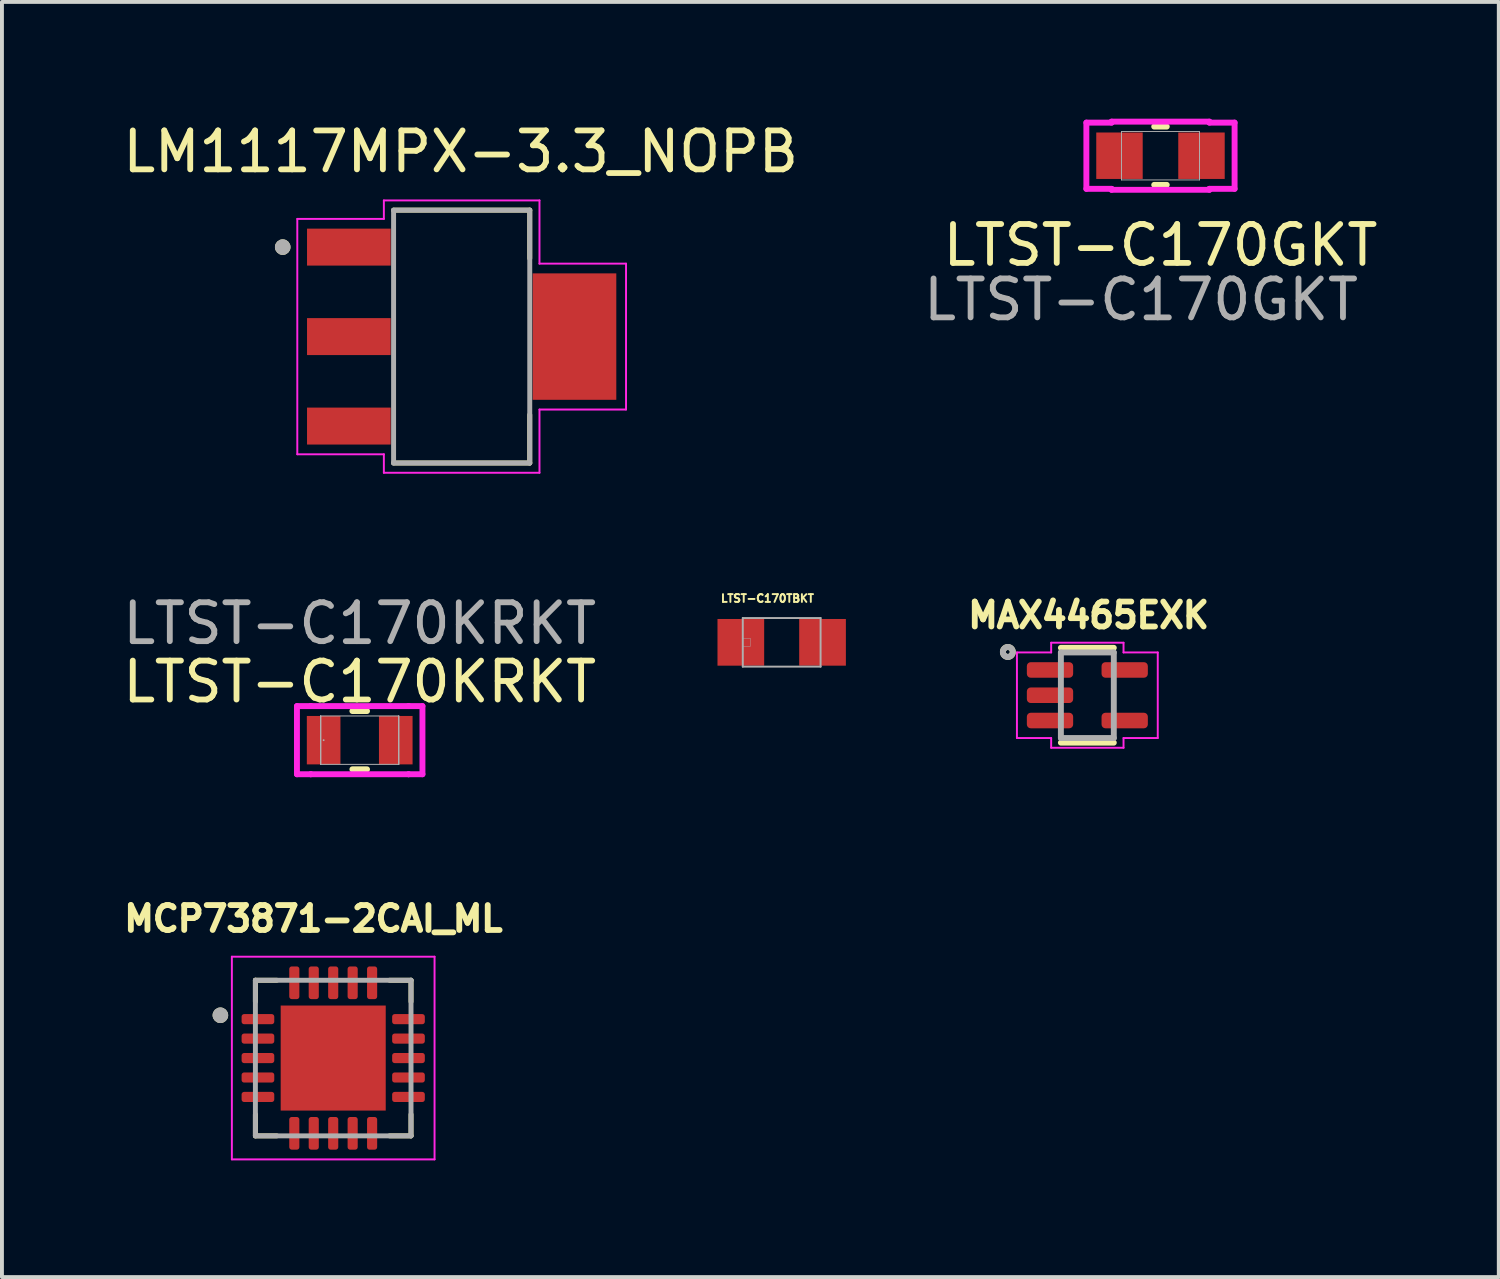
<source format=kicad_pcb>
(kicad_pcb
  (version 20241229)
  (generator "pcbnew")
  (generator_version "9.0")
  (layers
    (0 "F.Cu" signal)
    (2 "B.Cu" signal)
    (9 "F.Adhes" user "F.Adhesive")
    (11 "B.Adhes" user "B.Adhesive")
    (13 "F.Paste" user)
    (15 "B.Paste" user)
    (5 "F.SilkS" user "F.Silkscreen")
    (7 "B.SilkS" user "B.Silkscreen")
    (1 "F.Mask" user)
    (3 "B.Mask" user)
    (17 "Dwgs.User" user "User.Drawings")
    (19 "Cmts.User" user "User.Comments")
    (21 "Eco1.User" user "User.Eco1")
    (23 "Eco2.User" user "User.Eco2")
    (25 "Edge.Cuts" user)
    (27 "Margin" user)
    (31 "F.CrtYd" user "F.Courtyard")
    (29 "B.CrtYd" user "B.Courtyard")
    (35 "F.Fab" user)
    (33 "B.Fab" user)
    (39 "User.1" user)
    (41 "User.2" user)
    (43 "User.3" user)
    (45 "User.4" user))
  (footprint "MAX4465EXK"
    (layer "F.Cu")
    (at 24.9 14.821)
    (property "Reference" "MAX4465EXK" (at 0.032 -2.056 0) (layer "F.SilkS") (effects (font (size 0.64 0.64) (thickness 0.15))))
    (attr smd)
    (fp_line (start -0.68 1.219) (end 0.68 1.219) (stroke (width 0.152) (type solid)) (layer "F.SilkS"))
    (fp_line (start 0.68 -1.219) (end -0.68 -1.219) (stroke (width 0.152) (type solid)) (layer "F.SilkS"))
    (fp_arc (start -2.0438 -1.2392) (mid -1.9168 -1.1122) (end -2.0438 -0.9852) (stroke (width 0.1524) (type solid)) (layer "F.SilkS"))
    (fp_arc (start -2.0438 -0.9852) (mid -2.1708 -1.1122) (end -2.0438 -1.2392) (stroke (width 0.1524) (type solid)) (layer "F.SilkS"))
    (fp_line (start -1.81 -1.1) (end -0.93 -1.1) (stroke (width 0.05) (type solid)) (layer "F.CrtYd"))
    (fp_line (start -1.81 1.1) (end -1.81 -1.1) (stroke (width 0.05) (type solid)) (layer "F.CrtYd"))
    (fp_line (start -0.93 -1.35) (end 0.93 -1.35) (stroke (width 0.05) (type solid)) (layer "F.CrtYd"))
    (fp_line (start -0.93 -1.1) (end -0.93 -1.35) (stroke (width 0.05) (type solid)) (layer "F.CrtYd"))
    (fp_line (start -0.93 1.1) (end -1.81 1.1) (stroke (width 0.05) (type solid)) (layer "F.CrtYd"))
    (fp_line (start -0.93 1.35) (end -0.93 1.1) (stroke (width 0.05) (type solid)) (layer "F.CrtYd"))
    (fp_line (start 0.93 -1.35) (end 0.93 -1.1) (stroke (width 0.05) (type solid)) (layer "F.CrtYd"))
    (fp_line (start 0.93 -1.1) (end 1.81 -1.1) (stroke (width 0.05) (type solid)) (layer "F.CrtYd"))
    (fp_line (start 0.93 1.1) (end 0.93 1.35) (stroke (width 0.05) (type solid)) (layer "F.CrtYd"))
    (fp_line (start 0.93 1.35) (end -0.93 1.35) (stroke (width 0.05) (type solid)) (layer "F.CrtYd"))
    (fp_line (start 1.81 -1.1) (end 1.81 1.1) (stroke (width 0.05) (type solid)) (layer "F.CrtYd"))
    (fp_line (start 1.81 1.1) (end 0.93 1.1) (stroke (width 0.05) (type solid)) (layer "F.CrtYd"))
    (fp_line (start -0.68 -1.1) (end -0.68 1.1) (stroke (width 0.152) (type solid)) (layer "F.Fab"))
    (fp_line (start -0.68 1.1) (end 0.68 1.1) (stroke (width 0.152) (type solid)) (layer "F.Fab"))
    (fp_line (start 0.68 -1.1) (end -0.68 -1.1) (stroke (width 0.152) (type solid)) (layer "F.Fab"))
    (fp_line (start 0.68 1.1) (end 0.68 -1.1) (stroke (width 0.152) (type solid)) (layer "F.Fab"))
    (fp_arc (start -2.0438 -1.2392) (mid -1.9168 -1.1122) (end -2.0438 -0.9852) (stroke (width 0.1524) (type solid)) (layer "F.Fab"))
    (fp_arc (start -2.0438 -0.9852) (mid -2.1708 -1.1122) (end -2.0438 -1.2392) (stroke (width 0.1524) (type solid)) (layer "F.Fab"))
    (pad "1" smd roundrect (at -0.96 -0.65) (size 1.19 0.4) (layers "F.Cu" "F.Mask" "F.Paste") (roundrect_rratio 0.25))
    (pad "2" smd roundrect (at -0.96 0) (size 1.19 0.4) (layers "F.Cu" "F.Mask" "F.Paste") (roundrect_rratio 0.25))
    (pad "3" smd roundrect (at -0.96 0.65) (size 1.19 0.4) (layers "F.Cu" "F.Mask" "F.Paste") (roundrect_rratio 0.25))
    (pad "4" smd roundrect (at 0.96 0.65) (size 1.19 0.4) (layers "F.Cu" "F.Mask" "F.Paste") (roundrect_rratio 0.25))
    (pad "5" smd roundrect (at 0.96 -0.65) (size 1.19 0.4) (layers "F.Cu" "F.Mask" "F.Paste") (roundrect_rratio 0.25)))
  (footprint "MCP73871-2CAI_ML"
    (layer "F.Cu")
    (at 5.515 24.147)
    (property "Reference" "MCP73871-2CAI_ML" (at -0.508 -3.581 0) (layer "F.SilkS") (effects (font (size 0.64 0.64) (thickness 0.15))))
    (attr smd)
    (fp_line (start -2 -2) (end -2 -1.45) (stroke (width 0.127) (type solid)) (layer "F.SilkS"))
    (fp_line (start -2 -2) (end -1.45 -2) (stroke (width 0.127) (type solid)) (layer "F.SilkS"))
    (fp_line (start -2 2) (end -2 1.45) (stroke (width 0.127) (type solid)) (layer "F.SilkS"))
    (fp_line (start -2 2) (end -1.45 2) (stroke (width 0.127) (type solid)) (layer "F.SilkS"))
    (fp_line (start 1.45 -2) (end 2 -2) (stroke (width 0.127) (type solid)) (layer "F.SilkS"))
    (fp_line (start 2 -2) (end 2 -1.45) (stroke (width 0.127) (type solid)) (layer "F.SilkS"))
    (fp_line (start 2 1.45) (end 2 2) (stroke (width 0.127) (type solid)) (layer "F.SilkS"))
    (fp_line (start 2 2) (end 1.45 2) (stroke (width 0.127) (type solid)) (layer "F.SilkS"))
    (fp_circle (center -2.9 -1.1) (end -2.8 -1.1) (stroke (width 0.2) (type solid)) (fill no) (layer "F.SilkS"))
    (fp_poly (pts (xy -1.09 -1.09) (xy -0.13 -1.09) (xy -0.13 -0.13) (xy -1.09 -0.13)) (stroke (width 0.01) (type solid)) (fill yes) (layer "F.Paste"))
    (fp_poly (pts (xy -1.09 0.13) (xy -0.13 0.13) (xy -0.13 1.09) (xy -1.09 1.09)) (stroke (width 0.01) (type solid)) (fill yes) (layer "F.Paste"))
    (fp_poly (pts (xy 0.13 -1.09) (xy 1.09 -1.09) (xy 1.09 -0.13) (xy 0.13 -0.13)) (stroke (width 0.01) (type solid)) (fill yes) (layer "F.Paste"))
    (fp_poly (pts (xy 0.13 0.13) (xy 1.09 0.13) (xy 1.09 1.09) (xy 0.13 1.09)) (stroke (width 0.01) (type solid)) (fill yes) (layer "F.Paste"))
    (fp_line (start -2.605 -2.605) (end 2.605 -2.605) (stroke (width 0.05) (type solid)) (layer "F.CrtYd"))
    (fp_line (start -2.605 2.605) (end -2.605 -2.605) (stroke (width 0.05) (type solid)) (layer "F.CrtYd"))
    (fp_line (start 2.605 -2.605) (end 2.605 2.605) (stroke (width 0.05) (type solid)) (layer "F.CrtYd"))
    (fp_line (start 2.605 2.605) (end -2.605 2.605) (stroke (width 0.05) (type solid)) (layer "F.CrtYd"))
    (fp_line (start -2 -2) (end -2 2) (stroke (width 0.127) (type solid)) (layer "F.Fab"))
    (fp_line (start -2 2) (end 2 2) (stroke (width 0.127) (type solid)) (layer "F.Fab"))
    (fp_line (start 2 -2) (end -2 -2) (stroke (width 0.127) (type solid)) (layer "F.Fab"))
    (fp_line (start 2 2) (end 2 -2) (stroke (width 0.127) (type solid)) (layer "F.Fab"))
    (fp_circle (center -2.9 -1.1) (end -2.8 -1.1) (stroke (width 0.2) (type solid)) (fill no) (layer "F.Fab"))
    (pad "1" smd roundrect (at -1.935 -1) (size 0.84 0.26) (layers "F.Cu" "F.Mask" "F.Paste") (roundrect_rratio 0.25))
    (pad "2" smd roundrect (at -1.935 -0.5) (size 0.84 0.26) (layers "F.Cu" "F.Mask" "F.Paste") (roundrect_rratio 0.25))
    (pad "3" smd roundrect (at -1.935 0) (size 0.84 0.26) (layers "F.Cu" "F.Mask" "F.Paste") (roundrect_rratio 0.25))
    (pad "4" smd roundrect (at -1.935 0.5) (size 0.84 0.26) (layers "F.Cu" "F.Mask" "F.Paste") (roundrect_rratio 0.25))
    (pad "5" smd roundrect (at -1.935 1) (size 0.84 0.26) (layers "F.Cu" "F.Mask" "F.Paste") (roundrect_rratio 0.25))
    (pad "6" smd roundrect (at -1 1.935) (size 0.26 0.84) (layers "F.Cu" "F.Mask" "F.Paste") (roundrect_rratio 0.25))
    (pad "7" smd roundrect (at -0.5 1.935) (size 0.26 0.84) (layers "F.Cu" "F.Mask" "F.Paste") (roundrect_rratio 0.25))
    (pad "8" smd roundrect (at 0 1.935) (size 0.26 0.84) (layers "F.Cu" "F.Mask" "F.Paste") (roundrect_rratio 0.25))
    (pad "9" smd roundrect (at 0.5 1.935) (size 0.26 0.84) (layers "F.Cu" "F.Mask" "F.Paste") (roundrect_rratio 0.25))
    (pad "10" smd roundrect (at 1 1.935) (size 0.26 0.84) (layers "F.Cu" "F.Mask" "F.Paste") (roundrect_rratio 0.25))
    (pad "11" smd roundrect (at 1.935 1) (size 0.84 0.26) (layers "F.Cu" "F.Mask" "F.Paste") (roundrect_rratio 0.25))
    (pad "12" smd roundrect (at 1.935 0.5) (size 0.84 0.26) (layers "F.Cu" "F.Mask" "F.Paste") (roundrect_rratio 0.25))
    (pad "13" smd roundrect (at 1.935 0) (size 0.84 0.26) (layers "F.Cu" "F.Mask" "F.Paste") (roundrect_rratio 0.25))
    (pad "14" smd roundrect (at 1.935 -0.5) (size 0.84 0.26) (layers "F.Cu" "F.Mask" "F.Paste") (roundrect_rratio 0.25))
    (pad "15" smd roundrect (at 1.935 -1) (size 0.84 0.26) (layers "F.Cu" "F.Mask" "F.Paste") (roundrect_rratio 0.25))
    (pad "16" smd roundrect (at 1 -1.935) (size 0.26 0.84) (layers "F.Cu" "F.Mask" "F.Paste") (roundrect_rratio 0.25))
    (pad "17" smd roundrect (at 0.5 -1.935) (size 0.26 0.84) (layers "F.Cu" "F.Mask" "F.Paste") (roundrect_rratio 0.25))
    (pad "18" smd roundrect (at 0 -1.935) (size 0.26 0.84) (layers "F.Cu" "F.Mask" "F.Paste") (roundrect_rratio 0.25))
    (pad "19" smd roundrect (at -0.5 -1.935) (size 0.26 0.84) (layers "F.Cu" "F.Mask" "F.Paste") (roundrect_rratio 0.25))
    (pad "20" smd roundrect (at -1 -1.935) (size 0.26 0.84) (layers "F.Cu" "F.Mask" "F.Paste") (roundrect_rratio 0.25))
    (pad "21" smd rect (at 0 0) (size 2.7 2.7) (layers "F.Cu" "F.Mask")))
  (footprint "LTST-C170KRKT"
    (layer "F.Cu")
    (at 6.196 15.976)
    (property "Reference" "LTST-C170KRKT" (at 0 -1.5 0) (unlocked yes) (layer "F.SilkS") (effects (font (size 1 1) (thickness 0.15))))
    (attr smd)
    (fp_line (start -0.188 0.749) (end 0.188 0.749) (stroke (width 0.152) (type solid)) (layer "F.SilkS"))
    (fp_line (start 0.188 -0.749) (end -0.188 -0.749) (stroke (width 0.152) (type solid)) (layer "F.SilkS"))
    (fp_line (start -1.613 -0.876) (end -1.257 -0.876) (stroke (width 0.152) (type solid)) (layer "F.CrtYd"))
    (fp_line (start -1.613 0.876) (end -1.613 -0.876) (stroke (width 0.152) (type solid)) (layer "F.CrtYd"))
    (fp_line (start -1.257 -0.876) (end -1.257 -0.876) (stroke (width 0.152) (type solid)) (layer "F.CrtYd"))
    (fp_line (start -1.257 -0.876) (end 1.257 -0.876) (stroke (width 0.152) (type solid)) (layer "F.CrtYd"))
    (fp_line (start -1.257 0.876) (end -1.613 0.876) (stroke (width 0.152) (type solid)) (layer "F.CrtYd"))
    (fp_line (start -1.257 0.876) (end -1.257 0.876) (stroke (width 0.152) (type solid)) (layer "F.CrtYd"))
    (fp_line (start 1.257 -0.876) (end 1.257 -0.876) (stroke (width 0.152) (type solid)) (layer "F.CrtYd"))
    (fp_line (start 1.257 -0.876) (end 1.613 -0.876) (stroke (width 0.152) (type solid)) (layer "F.CrtYd"))
    (fp_line (start 1.257 0.876) (end -1.257 0.876) (stroke (width 0.152) (type solid)) (layer "F.CrtYd"))
    (fp_line (start 1.257 0.876) (end 1.257 0.876) (stroke (width 0.152) (type solid)) (layer "F.CrtYd"))
    (fp_line (start 1.613 -0.876) (end 1.613 0.876) (stroke (width 0.152) (type solid)) (layer "F.CrtYd"))
    (fp_line (start 1.613 0.876) (end 1.257 0.876) (stroke (width 0.152) (type solid)) (layer "F.CrtYd"))
    (fp_line (start -1.003 -0.622) (end -1.003 -0.622) (stroke (width 0.025) (type solid)) (layer "F.Fab"))
    (fp_line (start -1.003 -0.622) (end -1.003 0.622) (stroke (width 0.025) (type solid)) (layer "F.Fab"))
    (fp_line (start -1.003 -0.622) (end -1.003 0.622) (stroke (width 0.025) (type solid)) (layer "F.Fab"))
    (fp_line (start -1.003 0.622) (end -1.003 -0.622) (stroke (width 0.025) (type solid)) (layer "F.Fab"))
    (fp_line (start -1.003 0.622) (end -1.003 0.622) (stroke (width 0.025) (type solid)) (layer "F.Fab"))
    (fp_line (start -1.003 0.622) (end 1.003 0.622) (stroke (width 0.025) (type solid)) (layer "F.Fab"))
    (fp_line (start 1.003 -0.622) (end -1.003 -0.622) (stroke (width 0.025) (type solid)) (layer "F.Fab"))
    (fp_line (start 1.003 -0.622) (end 1.003 -0.622) (stroke (width 0.025) (type solid)) (layer "F.Fab"))
    (fp_line (start 1.003 -0.622) (end 1.003 0.622) (stroke (width 0.025) (type solid)) (layer "F.Fab"))
    (fp_line (start 1.003 0.622) (end 1.003 -0.622) (stroke (width 0.025) (type solid)) (layer "F.Fab"))
    (fp_line (start 1.003 0.622) (end 1.003 -0.622) (stroke (width 0.025) (type solid)) (layer "F.Fab"))
    (fp_line (start 1.003 0.622) (end 1.003 0.622) (stroke (width 0.025) (type solid)) (layer "F.Fab"))
    (fp_circle (center -0.927 0) (end -0.927 0) (stroke (width 0.025) (type solid)) (fill no) (layer "F.Fab"))
    (fp_text user "${REFERENCE}" (at 0 -3 0) (unlocked yes) (layer "F.Fab") (effects (font (size 1 1) (thickness 0.15))))
    (pad "1" smd rect (at -0.927 0) (size 0.864 1.245) (layers "F.Cu" "F.Mask" "F.Paste"))
    (pad "2" smd rect (at 0.927 0) (size 0.864 1.245) (layers "F.Cu" "F.Mask" "F.Paste"))
    (zone (net_name "") (layer "F.Cu") (hatch full 0.508) (connect_pads) (min_thickness 0.254) (filled_areas_thickness no) (keepout (tracks not_allowed) (vias not_allowed) (pads allowed) (copperpour not_allowed) (footprints allowed)) (placement (enabled no)) (fill) (polygon (pts (xy 5.752 15.404) (xy 6.641 15.404) (xy 6.641 16.547) (xy 5.752 16.547)))))
  (footprint "LTST-C170GKT"
    (layer "F.Cu")
    (at 26.78 0.953)
    (property "Reference" "LTST-C170GKT" (at 0 2.3 0) (unlocked yes) (layer "F.SilkS") (effects (font (size 1 1) (thickness 0.15))))
    (attr smd)
    (fp_line (start -0.161 0.749) (end 0.161 0.749) (stroke (width 0.152) (type solid)) (layer "F.SilkS"))
    (fp_line (start 0.161 -0.749) (end -0.161 -0.749) (stroke (width 0.152) (type solid)) (layer "F.SilkS"))
    (fp_line (start -1.905 -0.851) (end -1.257 -0.851) (stroke (width 0.152) (type solid)) (layer "F.CrtYd"))
    (fp_line (start -1.905 0.851) (end -1.905 -0.851) (stroke (width 0.152) (type solid)) (layer "F.CrtYd"))
    (fp_line (start -1.257 -0.876) (end 1.257 -0.876) (stroke (width 0.152) (type solid)) (layer "F.CrtYd"))
    (fp_line (start -1.257 -0.851) (end -1.257 -0.876) (stroke (width 0.152) (type solid)) (layer "F.CrtYd"))
    (fp_line (start -1.257 0.851) (end -1.905 0.851) (stroke (width 0.152) (type solid)) (layer "F.CrtYd"))
    (fp_line (start -1.257 0.876) (end -1.257 0.851) (stroke (width 0.152) (type solid)) (layer "F.CrtYd"))
    (fp_line (start 1.257 -0.876) (end 1.257 -0.851) (stroke (width 0.152) (type solid)) (layer "F.CrtYd"))
    (fp_line (start 1.257 -0.851) (end 1.905 -0.851) (stroke (width 0.152) (type solid)) (layer "F.CrtYd"))
    (fp_line (start 1.257 0.851) (end 1.257 0.876) (stroke (width 0.152) (type solid)) (layer "F.CrtYd"))
    (fp_line (start 1.257 0.876) (end -1.257 0.876) (stroke (width 0.152) (type solid)) (layer "F.CrtYd"))
    (fp_line (start 1.905 -0.851) (end 1.905 0.851) (stroke (width 0.152) (type solid)) (layer "F.CrtYd"))
    (fp_line (start 1.905 0.851) (end 1.257 0.851) (stroke (width 0.152) (type solid)) (layer "F.CrtYd"))
    (fp_line (start -1.003 -0.622) (end -1.003 0.622) (stroke (width 0.025) (type solid)) (layer "F.Fab"))
    (fp_line (start -1.003 0.622) (end 1.003 0.622) (stroke (width 0.025) (type solid)) (layer "F.Fab"))
    (fp_line (start 1.003 -0.622) (end -1.003 -0.622) (stroke (width 0.025) (type solid)) (layer "F.Fab"))
    (fp_line (start 1.003 0.622) (end 1.003 -0.622) (stroke (width 0.025) (type solid)) (layer "F.Fab"))
    (fp_text user "${REFERENCE}" (at -0.5 3.7 0) (unlocked yes) (layer "F.Fab") (effects (font (size 1 1) (thickness 0.15))))
    (pad "1" smd rect (at -1.054 0) (size 1.194 1.194) (layers "F.Cu" "F.Mask" "F.Paste"))
    (pad "2" smd rect (at 1.054 0) (size 1.194 1.194) (layers "F.Cu" "F.Mask" "F.Paste"))
    (zone (net_name "") (layer "F.Cu") (hatch full 0.508) (connect_pads) (min_thickness 0.254) (filled_areas_thickness no) (keepout (tracks not_allowed) (vias not_allowed) (pads allowed) (copperpour not_allowed) (footprints allowed)) (placement (enabled no)) (fill) (polygon (pts (xy 26.373 0.381) (xy 27.186 0.381) (xy 27.186 1.524) (xy 26.373 1.524)))))
  (footprint "LM1117MPX-3.3_NOPB"
    (layer "F.Cu")
    (at 8.817 5.602)
    (property "Reference" "LM1117MPX-3.3_NOPB" (at -0.025 -4.754 0) (layer "F.SilkS") (effects (font (size 1 1) (thickness 0.15))))
    (attr smd)
    (fp_line (start -1.75 -3.25) (end 1.75 -3.25) (stroke (width 0.127) (type solid)) (layer "F.SilkS"))
    (fp_line (start -1.75 3.25) (end 1.75 3.25) (stroke (width 0.127) (type solid)) (layer "F.SilkS"))
    (fp_line (start 1.75 -3.25) (end 1.75 -2.01) (stroke (width 0.127) (type solid)) (layer "F.SilkS"))
    (fp_line (start 1.75 3.25) (end 1.75 2.01) (stroke (width 0.127) (type solid)) (layer "F.SilkS"))
    (fp_circle (center -4.6 -2.3) (end -4.5 -2.3) (stroke (width 0.2) (type solid)) (fill no) (layer "F.SilkS"))
    (fp_line (start -4.225 -3.025) (end -4.225 3.025) (stroke (width 0.05) (type solid)) (layer "F.CrtYd"))
    (fp_line (start -4.225 3.025) (end -2 3.025) (stroke (width 0.05) (type solid)) (layer "F.CrtYd"))
    (fp_line (start -2 -3.5) (end -2 -3.025) (stroke (width 0.05) (type solid)) (layer "F.CrtYd"))
    (fp_line (start -2 -3.025) (end -4.225 -3.025) (stroke (width 0.05) (type solid)) (layer "F.CrtYd"))
    (fp_line (start -2 3.025) (end -2 3.5) (stroke (width 0.05) (type solid)) (layer "F.CrtYd"))
    (fp_line (start -2 3.5) (end 2 3.5) (stroke (width 0.05) (type solid)) (layer "F.CrtYd"))
    (fp_line (start 2 -3.5) (end -2 -3.5) (stroke (width 0.05) (type solid)) (layer "F.CrtYd"))
    (fp_line (start 2 -1.875) (end 2 -3.5) (stroke (width 0.05) (type solid)) (layer "F.CrtYd"))
    (fp_line (start 2 1.875) (end 4.225 1.875) (stroke (width 0.05) (type solid)) (layer "F.CrtYd"))
    (fp_line (start 2 3.5) (end 2 1.875) (stroke (width 0.05) (type solid)) (layer "F.CrtYd"))
    (fp_line (start 4.225 -1.875) (end 2 -1.875) (stroke (width 0.05) (type solid)) (layer "F.CrtYd"))
    (fp_line (start 4.225 1.875) (end 4.225 -1.875) (stroke (width 0.05) (type solid)) (layer "F.CrtYd"))
    (fp_line (start -1.75 -3.25) (end -1.75 3.25) (stroke (width 0.127) (type solid)) (layer "F.Fab"))
    (fp_line (start 1.75 -3.25) (end -1.75 -3.25) (stroke (width 0.127) (type solid)) (layer "F.Fab"))
    (fp_line (start 1.75 -3.25) (end 1.75 3.25) (stroke (width 0.127) (type solid)) (layer "F.Fab"))
    (fp_line (start 1.75 3.25) (end -1.75 3.25) (stroke (width 0.127) (type solid)) (layer "F.Fab"))
    (fp_circle (center -4.6 -2.3) (end -4.5 -2.3) (stroke (width 0.2) (type solid)) (fill no) (layer "F.Fab"))
    (pad "1" smd rect (at -2.9 -2.3) (size 2.15 0.95) (layers "F.Cu" "F.Mask" "F.Paste"))
    (pad "2" smd rect (at -2.9 0) (size 2.15 0.95) (layers "F.Cu" "F.Mask" "F.Paste"))
    (pad "3" smd rect (at -2.9 2.3) (size 2.15 0.95) (layers "F.Cu" "F.Mask" "F.Paste"))
    (pad "4" smd rect (at 2.9 0) (size 2.15 3.25) (layers "F.Cu" "F.Mask" "F.Paste")))
  (footprint "LTST-C170TBKT"
    (layer "F.Cu")
    (at 17.043 13.461)
    (property "Reference" "LTST-C170TBKT" (at -0.366 -1.129 0) (layer "F.SilkS") (effects (font (size 0.2 0.2) (thickness 0.05))))
    (attr smd)
    (fp_line (start -1 -0.625) (end -1 0.625) (stroke (width 0.05) (type solid)) (layer "F.Fab"))
    (fp_line (start -1 0.625) (end 1 0.625) (stroke (width 0.05) (type solid)) (layer "F.Fab"))
    (fp_line (start 1 -0.625) (end -1 -0.625) (stroke (width 0.05) (type solid)) (layer "F.Fab"))
    (fp_line (start 1 0.625) (end 1 -0.625) (stroke (width 0.05) (type solid)) (layer "F.Fab"))
    (fp_poly (pts (xy -1.002 -0.1) (xy -0.8 -0.1) (xy -0.8 0.1) (xy -1.002 0.1)) (stroke (width 0.01) (type solid)) (fill no) (layer "F.Fab"))
    (pad "+" smd rect (at 1.05 0) (size 1.2 1.2) (layers "F.Cu" "F.Mask" "F.Paste"))
    (pad "-" smd rect (at -1.05 0) (size 1.2 1.2) (layers "F.Cu" "F.Mask" "F.Paste")))
  (gr_rect
    (start -3 -3)
    (end 35.476 29.777)
    (stroke (width 0.1) (type default))
    (fill no)
    (layer "Edge.Cuts")))
</source>
